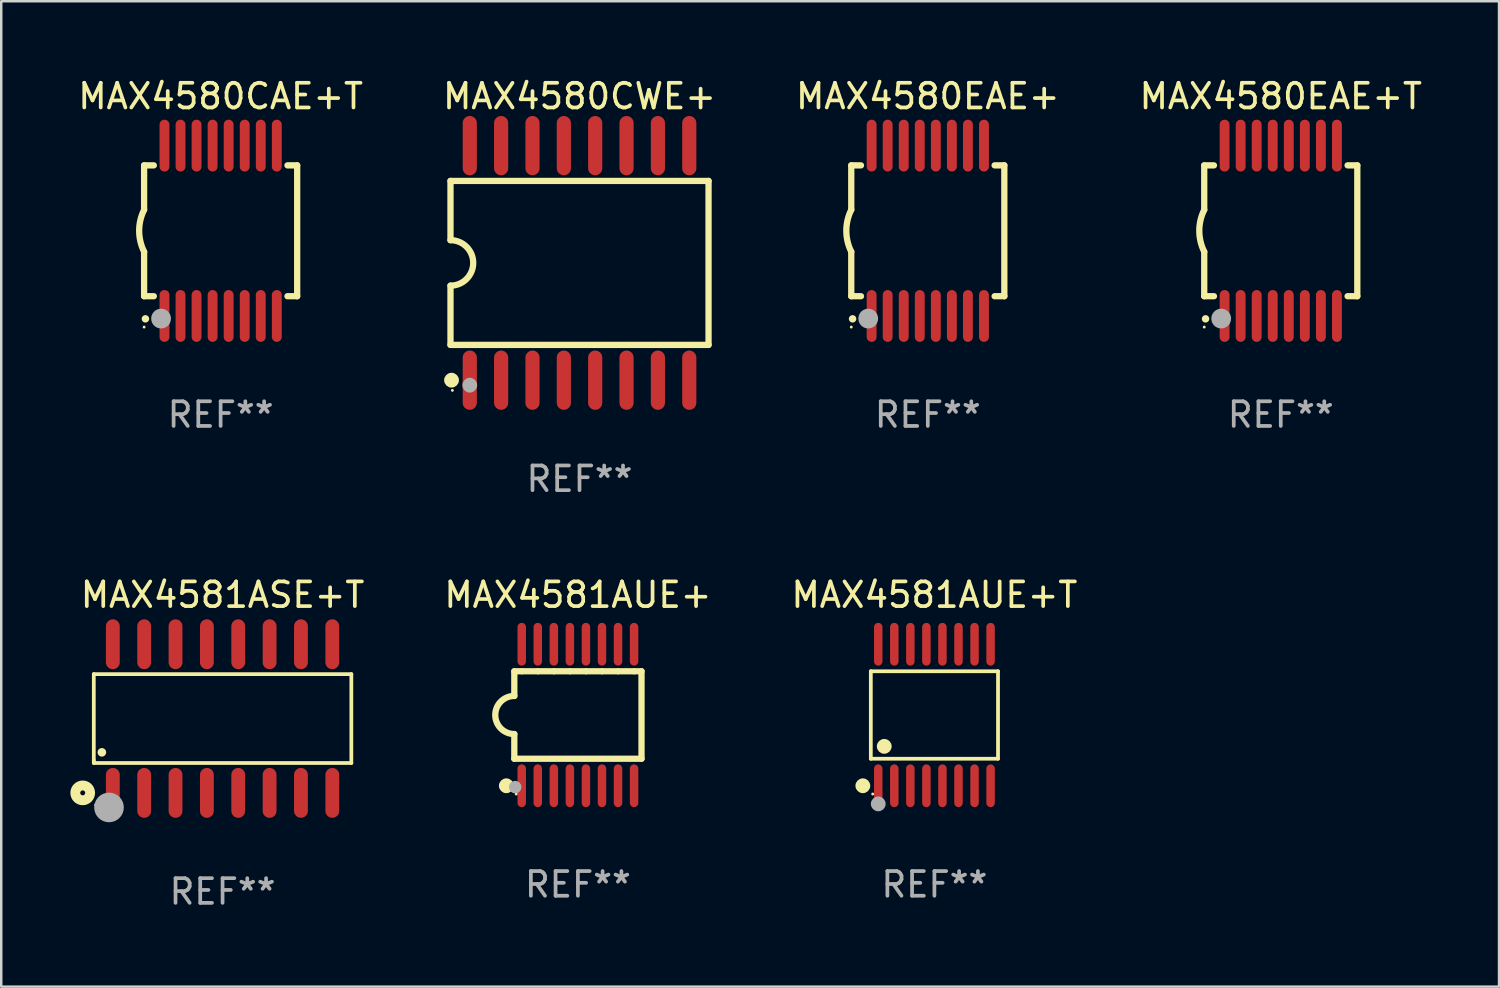
<source format=kicad_pcb>
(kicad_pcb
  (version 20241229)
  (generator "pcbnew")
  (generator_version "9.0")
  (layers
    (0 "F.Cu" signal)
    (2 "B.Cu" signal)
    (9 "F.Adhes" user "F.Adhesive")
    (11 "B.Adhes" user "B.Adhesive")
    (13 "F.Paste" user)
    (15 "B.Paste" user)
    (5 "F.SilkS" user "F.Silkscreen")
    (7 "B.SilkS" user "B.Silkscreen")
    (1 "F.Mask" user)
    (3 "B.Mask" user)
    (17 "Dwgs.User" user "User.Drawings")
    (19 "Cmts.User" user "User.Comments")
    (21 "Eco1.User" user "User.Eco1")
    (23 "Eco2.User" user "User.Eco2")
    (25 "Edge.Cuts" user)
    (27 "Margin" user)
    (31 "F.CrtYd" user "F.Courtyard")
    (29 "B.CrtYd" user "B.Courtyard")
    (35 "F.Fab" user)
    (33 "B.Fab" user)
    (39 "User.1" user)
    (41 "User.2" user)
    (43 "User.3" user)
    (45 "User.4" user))
  (footprint "MAX4580CAE+T"
    (layer "F.Cu")
    (at 5.887 6.298)
    (property "Reference" "MAX4580CAE+T" (at 0 -5.45 0) (layer "F.SilkS") (effects (font (size 1 1) (thickness 0.15))))
    (attr through_hole)
    (fp_line (start -3.1 -2.65) (end -3.1 -0.85) (stroke (width 0.254) (type solid)) (layer "F.SilkS"))
    (fp_line (start -3.1 -2.65) (end -2.706 -2.65) (stroke (width 0.254) (type solid)) (layer "F.SilkS"))
    (fp_line (start -3.1 2.65) (end -3.1 0.85) (stroke (width 0.254) (type solid)) (layer "F.SilkS"))
    (fp_line (start -3.1 2.65) (end -2.706 2.65) (stroke (width 0.254) (type solid)) (layer "F.SilkS"))
    (fp_line (start 2.706 -2.65) (end 3.1 -2.65) (stroke (width 0.254) (type solid)) (layer "F.SilkS"))
    (fp_line (start 2.706 2.65) (end 3.1 2.65) (stroke (width 0.254) (type solid)) (layer "F.SilkS"))
    (fp_line (start 3.1 -2.65) (end 3.1 2.65) (stroke (width 0.254) (type solid)) (layer "F.SilkS"))
    (fp_arc (start -3.098907 0.850902) (mid -3.300057 0.000523) (end -3.1 -0.850114) (stroke (width 0.254001) (type solid)) (layer "F.SilkS"))
    (fp_arc (start -3.048006 3.566066) (mid -3.046736 3.566061) (end -3.045466 3.566066) (stroke (width 0.3) (type solid)) (layer "F.SilkS"))
    (fp_circle (center -3.1 3.9) (end -3.07 3.9) (stroke (width 0.06) (type solid)) (fill no) (layer "F.SilkS"))
    (fp_circle (center -2.413 3.556) (end -2.213 3.556) (stroke (width 0.4) (type solid)) (fill no) (layer "F.Fab"))
    (fp_text user "REF**" (at 0 7.45 0) (layer "F.Fab") (effects (font (size 1 1) (thickness 0.15))))
    (pad "1" smd oval (at -2.275 3.45 180) (size 0.4 2.1) (layers "F.Cu" "F.Mask" "F.Paste"))
    (pad "2" smd oval (at -1.625 3.45 180) (size 0.4 2.1) (layers "F.Cu" "F.Mask" "F.Paste"))
    (pad "3" smd oval (at -0.975 3.45 180) (size 0.4 2.1) (layers "F.Cu" "F.Mask" "F.Paste"))
    (pad "4" smd oval (at -0.325 3.45 180) (size 0.4 2.1) (layers "F.Cu" "F.Mask" "F.Paste"))
    (pad "5" smd oval (at 0.325 3.45 180) (size 0.4 2.1) (layers "F.Cu" "F.Mask" "F.Paste"))
    (pad "6" smd oval (at 0.975 3.45 180) (size 0.4 2.1) (layers "F.Cu" "F.Mask" "F.Paste"))
    (pad "7" smd oval (at 1.625 3.45 180) (size 0.4 2.1) (layers "F.Cu" "F.Mask" "F.Paste"))
    (pad "8" smd oval (at 2.275 3.45 180) (size 0.4 2.1) (layers "F.Cu" "F.Mask" "F.Paste"))
    (pad "9" smd oval (at 2.275 -3.45 180) (size 0.4 2.1) (layers "F.Cu" "F.Mask" "F.Paste"))
    (pad "10" smd oval (at 1.625 -3.45 180) (size 0.4 2.1) (layers "F.Cu" "F.Mask" "F.Paste"))
    (pad "11" smd oval (at 0.975 -3.45 180) (size 0.4 2.1) (layers "F.Cu" "F.Mask" "F.Paste"))
    (pad "12" smd oval (at 0.325 -3.45 180) (size 0.4 2.1) (layers "F.Cu" "F.Mask" "F.Paste"))
    (pad "13" smd oval (at -0.325 -3.45 180) (size 0.4 2.1) (layers "F.Cu" "F.Mask" "F.Paste"))
    (pad "14" smd oval (at -0.975 -3.45 180) (size 0.4 2.1) (layers "F.Cu" "F.Mask" "F.Paste"))
    (pad "15" smd oval (at -1.625 -3.45 180) (size 0.4 2.1) (layers "F.Cu" "F.Mask" "F.Paste"))
    (pad "16" smd oval (at -2.275 -3.45 180) (size 0.4 2.1) (layers "F.Cu" "F.Mask" "F.Paste")))
  (footprint "MAX4580CWE+"
    (layer "F.Cu")
    (at 20.423 7.599)
    (property "Reference" "MAX4580CWE+" (at 0 -6.75 0) (layer "F.SilkS") (effects (font (size 1 1) (thickness 0.15))))
    (attr through_hole)
    (fp_line (start -5.226 -3.321) (end -5.226 -0.921) (stroke (width 0.254) (type solid)) (layer "F.SilkS"))
    (fp_line (start -5.226 -3.321) (end 5.226 -3.321) (stroke (width 0.254) (type solid)) (layer "F.SilkS"))
    (fp_line (start -5.226 3.321) (end -5.226 0.921) (stroke (width 0.254) (type solid)) (layer "F.SilkS"))
    (fp_line (start 5.226 -3.321) (end 5.226 3.321) (stroke (width 0.254) (type solid)) (layer "F.SilkS"))
    (fp_line (start 5.226 3.321) (end -5.226 3.321) (stroke (width 0.254) (type solid)) (layer "F.SilkS"))
    (fp_arc (start -5.226594 -0.920751) (mid -4.305538 0.000127) (end -5.226238 0.921361) (stroke (width 0.254001) (type solid)) (layer "F.SilkS"))
    (fp_circle (center -5.184 4.75) (end -5.034 4.75) (stroke (width 0.3) (type solid)) (fill no) (layer "F.SilkS"))
    (fp_circle (center -5.15 5.163) (end -5.12 5.163) (stroke (width 0.06) (type solid)) (fill no) (layer "F.SilkS"))
    (fp_circle (center -4.445 4.953) (end -4.295 4.953) (stroke (width 0.3) (type solid)) (fill no) (layer "F.Fab"))
    (fp_text user "REF**" (at 0 8.75 0) (layer "F.Fab") (effects (font (size 1 1) (thickness 0.15))))
    (pad "1" smd oval (at -4.445 4.75) (size 0.574 2.401) (layers "F.Cu" "F.Mask" "F.Paste"))
    (pad "2" smd oval (at -3.175 4.75) (size 0.574 2.401) (layers "F.Cu" "F.Mask" "F.Paste"))
    (pad "3" smd oval (at -1.905 4.75) (size 0.574 2.401) (layers "F.Cu" "F.Mask" "F.Paste"))
    (pad "4" smd oval (at -0.635 4.75) (size 0.574 2.401) (layers "F.Cu" "F.Mask" "F.Paste"))
    (pad "5" smd oval (at 0.635 4.75) (size 0.574 2.401) (layers "F.Cu" "F.Mask" "F.Paste"))
    (pad "6" smd oval (at 1.905 4.75) (size 0.574 2.401) (layers "F.Cu" "F.Mask" "F.Paste"))
    (pad "7" smd oval (at 3.175 4.75) (size 0.574 2.401) (layers "F.Cu" "F.Mask" "F.Paste"))
    (pad "8" smd oval (at 4.445 4.75) (size 0.574 2.401) (layers "F.Cu" "F.Mask" "F.Paste"))
    (pad "9" smd oval (at 4.445 -4.75) (size 0.574 2.401) (layers "F.Cu" "F.Mask" "F.Paste"))
    (pad "10" smd oval (at 3.175 -4.75) (size 0.574 2.401) (layers "F.Cu" "F.Mask" "F.Paste"))
    (pad "11" smd oval (at 1.905 -4.75) (size 0.574 2.401) (layers "F.Cu" "F.Mask" "F.Paste"))
    (pad "12" smd oval (at 0.635 -4.75) (size 0.574 2.401) (layers "F.Cu" "F.Mask" "F.Paste"))
    (pad "13" smd oval (at -0.635 -4.75) (size 0.574 2.401) (layers "F.Cu" "F.Mask" "F.Paste"))
    (pad "14" smd oval (at -1.905 -4.75) (size 0.574 2.401) (layers "F.Cu" "F.Mask" "F.Paste"))
    (pad "15" smd oval (at -3.175 -4.75) (size 0.574 2.401) (layers "F.Cu" "F.Mask" "F.Paste"))
    (pad "16" smd oval (at -4.445 -4.75) (size 0.574 2.401) (layers "F.Cu" "F.Mask" "F.Paste")))
  (footprint "MAX4580EAE+T"
    (layer "F.Cu")
    (at 48.827 6.298)
    (property "Reference" "MAX4580EAE+T" (at 0 -5.45 0) (layer "F.SilkS") (effects (font (size 1 1) (thickness 0.15))))
    (attr through_hole)
    (fp_line (start -3.1 -2.65) (end -3.1 -0.85) (stroke (width 0.254) (type solid)) (layer "F.SilkS"))
    (fp_line (start -3.1 -2.65) (end -2.706 -2.65) (stroke (width 0.254) (type solid)) (layer "F.SilkS"))
    (fp_line (start -3.1 2.65) (end -3.1 0.85) (stroke (width 0.254) (type solid)) (layer "F.SilkS"))
    (fp_line (start -3.1 2.65) (end -2.706 2.65) (stroke (width 0.254) (type solid)) (layer "F.SilkS"))
    (fp_line (start 2.706 -2.65) (end 3.1 -2.65) (stroke (width 0.254) (type solid)) (layer "F.SilkS"))
    (fp_line (start 2.706 2.65) (end 3.1 2.65) (stroke (width 0.254) (type solid)) (layer "F.SilkS"))
    (fp_line (start 3.1 -2.65) (end 3.1 2.65) (stroke (width 0.254) (type solid)) (layer "F.SilkS"))
    (fp_arc (start -3.098907 0.850902) (mid -3.300057 0.000523) (end -3.1 -0.850114) (stroke (width 0.254001) (type solid)) (layer "F.SilkS"))
    (fp_arc (start -3.048006 3.566066) (mid -3.046736 3.566061) (end -3.045466 3.566066) (stroke (width 0.3) (type solid)) (layer "F.SilkS"))
    (fp_circle (center -3.1 3.9) (end -3.07 3.9) (stroke (width 0.06) (type solid)) (fill no) (layer "F.SilkS"))
    (fp_circle (center -2.413 3.556) (end -2.213 3.556) (stroke (width 0.4) (type solid)) (fill no) (layer "F.Fab"))
    (fp_text user "REF**" (at 0 7.45 0) (layer "F.Fab") (effects (font (size 1 1) (thickness 0.15))))
    (pad "1" smd oval (at -2.275 3.45 180) (size 0.4 2.1) (layers "F.Cu" "F.Mask" "F.Paste"))
    (pad "2" smd oval (at -1.625 3.45 180) (size 0.4 2.1) (layers "F.Cu" "F.Mask" "F.Paste"))
    (pad "3" smd oval (at -0.975 3.45 180) (size 0.4 2.1) (layers "F.Cu" "F.Mask" "F.Paste"))
    (pad "4" smd oval (at -0.325 3.45 180) (size 0.4 2.1) (layers "F.Cu" "F.Mask" "F.Paste"))
    (pad "5" smd oval (at 0.325 3.45 180) (size 0.4 2.1) (layers "F.Cu" "F.Mask" "F.Paste"))
    (pad "6" smd oval (at 0.975 3.45 180) (size 0.4 2.1) (layers "F.Cu" "F.Mask" "F.Paste"))
    (pad "7" smd oval (at 1.625 3.45 180) (size 0.4 2.1) (layers "F.Cu" "F.Mask" "F.Paste"))
    (pad "8" smd oval (at 2.275 3.45 180) (size 0.4 2.1) (layers "F.Cu" "F.Mask" "F.Paste"))
    (pad "9" smd oval (at 2.275 -3.45 180) (size 0.4 2.1) (layers "F.Cu" "F.Mask" "F.Paste"))
    (pad "10" smd oval (at 1.625 -3.45 180) (size 0.4 2.1) (layers "F.Cu" "F.Mask" "F.Paste"))
    (pad "11" smd oval (at 0.975 -3.45 180) (size 0.4 2.1) (layers "F.Cu" "F.Mask" "F.Paste"))
    (pad "12" smd oval (at 0.325 -3.45 180) (size 0.4 2.1) (layers "F.Cu" "F.Mask" "F.Paste"))
    (pad "13" smd oval (at -0.325 -3.45 180) (size 0.4 2.1) (layers "F.Cu" "F.Mask" "F.Paste"))
    (pad "14" smd oval (at -0.975 -3.45 180) (size 0.4 2.1) (layers "F.Cu" "F.Mask" "F.Paste"))
    (pad "15" smd oval (at -1.625 -3.45 180) (size 0.4 2.1) (layers "F.Cu" "F.Mask" "F.Paste"))
    (pad "16" smd oval (at -2.275 -3.45 180) (size 0.4 2.1) (layers "F.Cu" "F.Mask" "F.Paste")))
  (footprint "MAX4580EAE+"
    (layer "F.Cu")
    (at 34.53 6.298)
    (property "Reference" "MAX4580EAE+" (at 0 -5.45 0) (layer "F.SilkS") (effects (font (size 1 1) (thickness 0.15))))
    (attr through_hole)
    (fp_line (start -3.1 -2.65) (end -3.1 -0.85) (stroke (width 0.254) (type solid)) (layer "F.SilkS"))
    (fp_line (start -3.1 -2.65) (end -2.706 -2.65) (stroke (width 0.254) (type solid)) (layer "F.SilkS"))
    (fp_line (start -3.1 2.65) (end -3.1 0.85) (stroke (width 0.254) (type solid)) (layer "F.SilkS"))
    (fp_line (start -3.1 2.65) (end -2.706 2.65) (stroke (width 0.254) (type solid)) (layer "F.SilkS"))
    (fp_line (start 2.706 -2.65) (end 3.1 -2.65) (stroke (width 0.254) (type solid)) (layer "F.SilkS"))
    (fp_line (start 2.706 2.65) (end 3.1 2.65) (stroke (width 0.254) (type solid)) (layer "F.SilkS"))
    (fp_line (start 3.1 -2.65) (end 3.1 2.65) (stroke (width 0.254) (type solid)) (layer "F.SilkS"))
    (fp_arc (start -3.098907 0.850902) (mid -3.300057 0.000523) (end -3.1 -0.850114) (stroke (width 0.254001) (type solid)) (layer "F.SilkS"))
    (fp_arc (start -3.048006 3.566066) (mid -3.046736 3.566061) (end -3.045466 3.566066) (stroke (width 0.3) (type solid)) (layer "F.SilkS"))
    (fp_circle (center -3.1 3.9) (end -3.07 3.9) (stroke (width 0.06) (type solid)) (fill no) (layer "F.SilkS"))
    (fp_circle (center -2.413 3.556) (end -2.213 3.556) (stroke (width 0.4) (type solid)) (fill no) (layer "F.Fab"))
    (fp_text user "REF**" (at 0 7.45 0) (layer "F.Fab") (effects (font (size 1 1) (thickness 0.15))))
    (pad "1" smd oval (at -2.275 3.45 180) (size 0.4 2.1) (layers "F.Cu" "F.Mask" "F.Paste"))
    (pad "2" smd oval (at -1.625 3.45 180) (size 0.4 2.1) (layers "F.Cu" "F.Mask" "F.Paste"))
    (pad "3" smd oval (at -0.975 3.45 180) (size 0.4 2.1) (layers "F.Cu" "F.Mask" "F.Paste"))
    (pad "4" smd oval (at -0.325 3.45 180) (size 0.4 2.1) (layers "F.Cu" "F.Mask" "F.Paste"))
    (pad "5" smd oval (at 0.325 3.45 180) (size 0.4 2.1) (layers "F.Cu" "F.Mask" "F.Paste"))
    (pad "6" smd oval (at 0.975 3.45 180) (size 0.4 2.1) (layers "F.Cu" "F.Mask" "F.Paste"))
    (pad "7" smd oval (at 1.625 3.45 180) (size 0.4 2.1) (layers "F.Cu" "F.Mask" "F.Paste"))
    (pad "8" smd oval (at 2.275 3.45 180) (size 0.4 2.1) (layers "F.Cu" "F.Mask" "F.Paste"))
    (pad "9" smd oval (at 2.275 -3.45 180) (size 0.4 2.1) (layers "F.Cu" "F.Mask" "F.Paste"))
    (pad "10" smd oval (at 1.625 -3.45 180) (size 0.4 2.1) (layers "F.Cu" "F.Mask" "F.Paste"))
    (pad "11" smd oval (at 0.975 -3.45 180) (size 0.4 2.1) (layers "F.Cu" "F.Mask" "F.Paste"))
    (pad "12" smd oval (at 0.325 -3.45 180) (size 0.4 2.1) (layers "F.Cu" "F.Mask" "F.Paste"))
    (pad "13" smd oval (at -0.325 -3.45 180) (size 0.4 2.1) (layers "F.Cu" "F.Mask" "F.Paste"))
    (pad "14" smd oval (at -0.975 -3.45 180) (size 0.4 2.1) (layers "F.Cu" "F.Mask" "F.Paste"))
    (pad "15" smd oval (at -1.625 -3.45 180) (size 0.4 2.1) (layers "F.Cu" "F.Mask" "F.Paste"))
    (pad "16" smd oval (at -2.275 -3.45 180) (size 0.4 2.1) (layers "F.Cu" "F.Mask" "F.Paste")))
  (footprint "MAX4581ASE+T"
    (layer "F.Cu")
    (at 5.965 26.055)
    (property "Reference" "MAX4581ASE+T" (at 0 -5.01 0) (layer "F.SilkS") (effects (font (size 1 1) (thickness 0.15))))
    (attr through_hole)
    (fp_line (start -5.216 -1.8) (end 5.216 -1.8) (stroke (width 0.152) (type solid)) (layer "F.SilkS"))
    (fp_line (start -5.216 1.695) (end -5.216 -1.8) (stroke (width 0.152) (type solid)) (layer "F.SilkS"))
    (fp_line (start -5.216 1.8) (end -5.216 1.695) (stroke (width 0.152) (type solid)) (layer "F.SilkS"))
    (fp_line (start 5.216 -1.8) (end 5.216 1.8) (stroke (width 0.152) (type solid)) (layer "F.SilkS"))
    (fp_line (start 5.216 1.8) (end -5.216 1.8) (stroke (width 0.152) (type solid)) (layer "F.SilkS"))
    (fp_circle (center -5.665 3.01) (end -5.565 3.01) (stroke (width 0.4) (type solid)) (fill no) (layer "F.SilkS"))
    (fp_circle (center -5.14 3.5) (end -5.11 3.5) (stroke (width 0.06) (type solid)) (fill no) (layer "F.SilkS"))
    (fp_circle (center -4.889 1.368) (end -4.801 1.368) (stroke (width 0.175) (type solid)) (fill no) (layer "F.SilkS"))
    (fp_circle (center -4.6 3.6) (end -4.3 3.6) (stroke (width 0.6) (type solid)) (fill no) (layer "F.Fab"))
    (fp_text user "REF**" (at 0 7.01 0) (layer "F.Fab") (effects (font (size 1 1) (thickness 0.15))))
    (pad "1" smd oval (at -4.445 3.01) (size 0.56 2.02) (layers "F.Cu" "F.Mask" "F.Paste"))
    (pad "2" smd oval (at -3.175 3.01) (size 0.56 2.02) (layers "F.Cu" "F.Mask" "F.Paste"))
    (pad "3" smd oval (at -1.905 3.01) (size 0.56 2.02) (layers "F.Cu" "F.Mask" "F.Paste"))
    (pad "4" smd oval (at -0.635 3.01) (size 0.56 2.02) (layers "F.Cu" "F.Mask" "F.Paste"))
    (pad "5" smd oval (at 0.635 3.01) (size 0.56 2.02) (layers "F.Cu" "F.Mask" "F.Paste"))
    (pad "6" smd oval (at 1.905 3.01) (size 0.56 2.02) (layers "F.Cu" "F.Mask" "F.Paste"))
    (pad "7" smd oval (at 3.175 3.01) (size 0.56 2.02) (layers "F.Cu" "F.Mask" "F.Paste"))
    (pad "8" smd oval (at 4.445 3.01) (size 0.56 2.02) (layers "F.Cu" "F.Mask" "F.Paste"))
    (pad "9" smd oval (at 4.445 -3.01) (size 0.56 2.02) (layers "F.Cu" "F.Mask" "F.Paste"))
    (pad "10" smd oval (at 3.175 -3.01) (size 0.56 2.02) (layers "F.Cu" "F.Mask" "F.Paste"))
    (pad "11" smd oval (at 1.905 -3.01) (size 0.56 2.02) (layers "F.Cu" "F.Mask" "F.Paste"))
    (pad "12" smd oval (at 0.635 -3.01) (size 0.56 2.02) (layers "F.Cu" "F.Mask" "F.Paste"))
    (pad "13" smd oval (at -0.635 -3.01) (size 0.56 2.02) (layers "F.Cu" "F.Mask" "F.Paste"))
    (pad "14" smd oval (at -1.905 -3.01) (size 0.56 2.02) (layers "F.Cu" "F.Mask" "F.Paste"))
    (pad "15" smd oval (at -3.175 -3.01) (size 0.56 2.02) (layers "F.Cu" "F.Mask" "F.Paste"))
    (pad "16" smd oval (at -4.445 -3.01) (size 0.56 2.02) (layers "F.Cu" "F.Mask" "F.Paste")))
  (footprint "MAX4581AUE+"
    (layer "F.Cu")
    (at 20.358 25.911)
    (property "Reference" "MAX4581AUE+" (at 0 -4.866 0) (layer "F.SilkS") (effects (font (size 1 1) (thickness 0.15))))
    (attr through_hole)
    (fp_line (start -2.576 -1.771) (end -2.576 -0.771) (stroke (width 0.254) (type solid)) (layer "F.SilkS"))
    (fp_line (start -2.576 -1.771) (end -2.289 -1.771) (stroke (width 0.254) (type solid)) (layer "F.SilkS"))
    (fp_line (start -2.576 1.771) (end -2.576 0.771) (stroke (width 0.254) (type solid)) (layer "F.SilkS"))
    (fp_line (start -2.261 -1.771) (end -1.639 -1.771) (stroke (width 0.254) (type solid)) (layer "F.SilkS"))
    (fp_line (start -1.612 -1.771) (end -0.989 -1.771) (stroke (width 0.254) (type solid)) (layer "F.SilkS"))
    (fp_line (start -0.962 -1.771) (end -0.338 -1.771) (stroke (width 0.254) (type solid)) (layer "F.SilkS"))
    (fp_line (start -0.311 -1.771) (end 0.312 -1.771) (stroke (width 0.254) (type solid)) (layer "F.SilkS"))
    (fp_line (start 0.339 -1.771) (end 0.962 -1.771) (stroke (width 0.254) (type solid)) (layer "F.SilkS"))
    (fp_line (start 0.989 -1.771) (end 1.612 -1.771) (stroke (width 0.254) (type solid)) (layer "F.SilkS"))
    (fp_line (start 1.639 -1.771) (end 2.261 -1.771) (stroke (width 0.254) (type solid)) (layer "F.SilkS"))
    (fp_line (start 2.289 -1.771) (end 2.576 -1.771) (stroke (width 0.254) (type solid)) (layer "F.SilkS"))
    (fp_line (start 2.576 -1.771) (end 2.576 1.771) (stroke (width 0.254) (type solid)) (layer "F.SilkS"))
    (fp_line (start 2.576 1.771) (end -2.576 1.771) (stroke (width 0.254) (type solid)) (layer "F.SilkS"))
    (fp_arc (start -2.576226 0.7714) (mid -3.346889 -0.000648) (end -2.575311 -0.771781) (stroke (width 0.254001) (type solid)) (layer "F.SilkS"))
    (fp_circle (center -2.899 2.866) (end -2.749 2.866) (stroke (width 0.3) (type solid)) (fill no) (layer "F.SilkS"))
    (fp_circle (center -2.5 3.2) (end -2.47 3.2) (stroke (width 0.06) (type solid)) (fill no) (layer "F.SilkS"))
    (fp_circle (center -2.54 2.921) (end -2.413 2.921) (stroke (width 0.254) (type solid)) (fill no) (layer "F.Fab"))
    (fp_text user "REF**" (at 0 6.866 0) (layer "F.Fab") (effects (font (size 1 1) (thickness 0.15))))
    (pad "1" smd oval (at -2.275 2.866) (size 0.343 1.731) (layers "F.Cu" "F.Mask" "F.Paste"))
    (pad "2" smd oval (at -1.625 2.866) (size 0.343 1.731) (layers "F.Cu" "F.Mask" "F.Paste"))
    (pad "3" smd oval (at -0.975 2.866) (size 0.343 1.731) (layers "F.Cu" "F.Mask" "F.Paste"))
    (pad "4" smd oval (at -0.325 2.866) (size 0.343 1.731) (layers "F.Cu" "F.Mask" "F.Paste"))
    (pad "5" smd oval (at 0.325 2.866) (size 0.343 1.731) (layers "F.Cu" "F.Mask" "F.Paste"))
    (pad "6" smd oval (at 0.975 2.866) (size 0.343 1.731) (layers "F.Cu" "F.Mask" "F.Paste"))
    (pad "7" smd oval (at 1.625 2.866) (size 0.343 1.731) (layers "F.Cu" "F.Mask" "F.Paste"))
    (pad "8" smd oval (at 2.275 2.866) (size 0.343 1.731) (layers "F.Cu" "F.Mask" "F.Paste"))
    (pad "9" smd oval (at 2.275 -2.866) (size 0.343 1.731) (layers "F.Cu" "F.Mask" "F.Paste"))
    (pad "10" smd oval (at 1.625 -2.866) (size 0.343 1.731) (layers "F.Cu" "F.Mask" "F.Paste"))
    (pad "11" smd oval (at 0.975 -2.866) (size 0.343 1.731) (layers "F.Cu" "F.Mask" "F.Paste"))
    (pad "12" smd oval (at 0.325 -2.866) (size 0.343 1.731) (layers "F.Cu" "F.Mask" "F.Paste"))
    (pad "13" smd oval (at -0.325 -2.866) (size 0.343 1.731) (layers "F.Cu" "F.Mask" "F.Paste"))
    (pad "14" smd oval (at -0.975 -2.866) (size 0.343 1.731) (layers "F.Cu" "F.Mask" "F.Paste"))
    (pad "15" smd oval (at -1.625 -2.866) (size 0.343 1.731) (layers "F.Cu" "F.Mask" "F.Paste"))
    (pad "16" smd oval (at -2.275 -2.866) (size 0.343 1.731) (layers "F.Cu" "F.Mask" "F.Paste")))
  (footprint "MAX4581AUE+T"
    (layer "F.Cu")
    (at 34.798 25.911)
    (property "Reference" "MAX4581AUE+T" (at 0 -4.866 0) (layer "F.SilkS") (effects (font (size 1 1) (thickness 0.15))))
    (attr through_hole)
    (fp_line (start -2.576 -1.772) (end 2.576 -1.772) (stroke (width 0.152) (type solid)) (layer "F.SilkS"))
    (fp_line (start -2.576 1.771) (end -2.576 -1.772) (stroke (width 0.152) (type solid)) (layer "F.SilkS"))
    (fp_line (start 2.576 -1.772) (end 2.576 1.771) (stroke (width 0.152) (type solid)) (layer "F.SilkS"))
    (fp_line (start 2.576 1.771) (end -2.576 1.771) (stroke (width 0.152) (type solid)) (layer "F.SilkS"))
    (fp_circle (center -2.899 2.866) (end -2.749 2.866) (stroke (width 0.3) (type solid)) (fill no) (layer "F.SilkS"))
    (fp_circle (center -2.5 3.2) (end -2.47 3.2) (stroke (width 0.06) (type solid)) (fill no) (layer "F.SilkS"))
    (fp_circle (center -2.032 1.27) (end -1.882 1.27) (stroke (width 0.3) (type solid)) (fill no) (layer "F.SilkS"))
    (fp_circle (center -2.275 3.6) (end -2.125 3.6) (stroke (width 0.3) (type solid)) (fill no) (layer "F.Fab"))
    (fp_text user "REF**" (at 0 6.866 0) (layer "F.Fab") (effects (font (size 1 1) (thickness 0.15))))
    (pad "1" smd oval (at -2.275 2.866) (size 0.343 1.731) (layers "F.Cu" "F.Mask" "F.Paste"))
    (pad "2" smd oval (at -1.625 2.866) (size 0.343 1.731) (layers "F.Cu" "F.Mask" "F.Paste"))
    (pad "3" smd oval (at -0.975 2.866) (size 0.343 1.731) (layers "F.Cu" "F.Mask" "F.Paste"))
    (pad "4" smd oval (at -0.325 2.866) (size 0.343 1.731) (layers "F.Cu" "F.Mask" "F.Paste"))
    (pad "5" smd oval (at 0.325 2.866) (size 0.343 1.731) (layers "F.Cu" "F.Mask" "F.Paste"))
    (pad "6" smd oval (at 0.975 2.866) (size 0.343 1.731) (layers "F.Cu" "F.Mask" "F.Paste"))
    (pad "7" smd oval (at 1.625 2.866) (size 0.343 1.731) (layers "F.Cu" "F.Mask" "F.Paste"))
    (pad "8" smd oval (at 2.275 2.866) (size 0.343 1.731) (layers "F.Cu" "F.Mask" "F.Paste"))
    (pad "9" smd oval (at 2.275 -2.866) (size 0.343 1.731) (layers "F.Cu" "F.Mask" "F.Paste"))
    (pad "10" smd oval (at 1.625 -2.866) (size 0.343 1.731) (layers "F.Cu" "F.Mask" "F.Paste"))
    (pad "11" smd oval (at 0.975 -2.866) (size 0.343 1.731) (layers "F.Cu" "F.Mask" "F.Paste"))
    (pad "12" smd oval (at 0.325 -2.866) (size 0.343 1.731) (layers "F.Cu" "F.Mask" "F.Paste"))
    (pad "13" smd oval (at -0.325 -2.866) (size 0.343 1.731) (layers "F.Cu" "F.Mask" "F.Paste"))
    (pad "14" smd oval (at -0.975 -2.866) (size 0.343 1.731) (layers "F.Cu" "F.Mask" "F.Paste"))
    (pad "15" smd oval (at -1.625 -2.866) (size 0.343 1.731) (layers "F.Cu" "F.Mask" "F.Paste"))
    (pad "16" smd oval (at -2.275 -2.866) (size 0.343 1.731) (layers "F.Cu" "F.Mask" "F.Paste")))
  (gr_rect
    (start -3 -3)
    (end 57.667 36.913)
    (stroke (width 0.1) (type default))
    (fill no)
    (layer "Edge.Cuts")))
</source>
